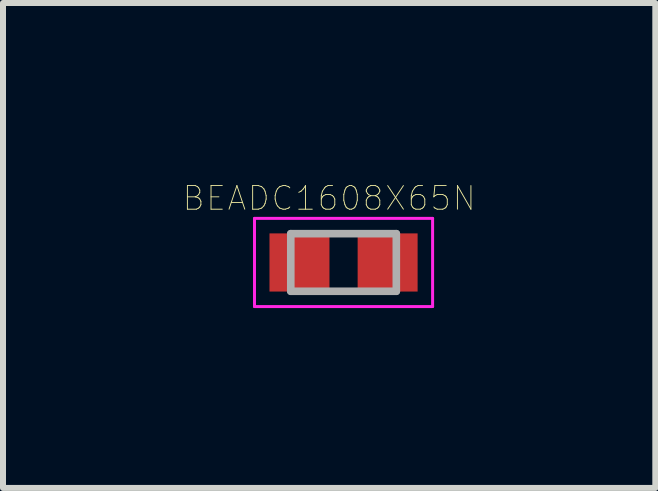
<source format=kicad_pcb>
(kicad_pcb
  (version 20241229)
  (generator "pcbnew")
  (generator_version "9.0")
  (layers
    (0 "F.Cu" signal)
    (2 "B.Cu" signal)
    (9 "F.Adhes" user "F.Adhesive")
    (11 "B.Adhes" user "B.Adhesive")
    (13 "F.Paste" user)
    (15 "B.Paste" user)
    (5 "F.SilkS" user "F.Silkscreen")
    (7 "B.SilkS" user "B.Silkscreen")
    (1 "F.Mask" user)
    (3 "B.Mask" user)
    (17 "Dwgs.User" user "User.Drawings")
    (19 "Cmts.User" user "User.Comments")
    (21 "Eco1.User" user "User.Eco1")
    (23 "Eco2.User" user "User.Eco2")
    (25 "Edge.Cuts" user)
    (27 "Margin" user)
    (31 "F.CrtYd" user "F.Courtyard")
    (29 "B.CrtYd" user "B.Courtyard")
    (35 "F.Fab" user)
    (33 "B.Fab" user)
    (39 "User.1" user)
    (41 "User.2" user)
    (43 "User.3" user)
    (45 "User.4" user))
  (footprint "BEADC1608X65N"
    (layer "F.Cu")
    (at 2.679 1.327)
    (property "Reference" "BEADC1608X65N" (at -0.24 -1.07 0) (layer "F.SilkS") (effects (font (size 0.394 0.394) (thickness 0.015))))
    (attr through_hole)
    (fp_line (start -1.485 -0.735) (end 1.485 -0.735) (stroke (width 0.05) (type solid)) (layer "F.CrtYd"))
    (fp_line (start -1.485 0.735) (end -1.485 -0.735) (stroke (width 0.05) (type solid)) (layer "F.CrtYd"))
    (fp_line (start -1.485 0.735) (end 1.485 0.735) (stroke (width 0.05) (type solid)) (layer "F.CrtYd"))
    (fp_line (start 1.485 0.735) (end 1.485 -0.735) (stroke (width 0.05) (type solid)) (layer "F.CrtYd"))
    (fp_line (start -0.88 0.48) (end -0.88 -0.48) (stroke (width 0.127) (type solid)) (layer "F.Fab"))
    (fp_line (start 0.88 -0.48) (end -0.88 -0.48) (stroke (width 0.127) (type solid)) (layer "F.Fab"))
    (fp_line (start 0.88 0.48) (end -0.88 0.48) (stroke (width 0.127) (type solid)) (layer "F.Fab"))
    (fp_line (start 0.88 0.48) (end 0.88 -0.48) (stroke (width 0.127) (type solid)) (layer "F.Fab"))
    (pad "1" smd rect (at -0.735 0) (size 1 0.97) (layers "F.Cu" "F.Mask" "F.Paste"))
    (pad "2" smd rect (at 0.735 0) (size 1 0.97) (layers "F.Cu" "F.Mask" "F.Paste")))
  (gr_rect
    (start -3 -3)
    (end 7.878 5.087)
    (stroke (width 0.1) (type default))
    (fill no)
    (layer "Edge.Cuts")))
</source>
